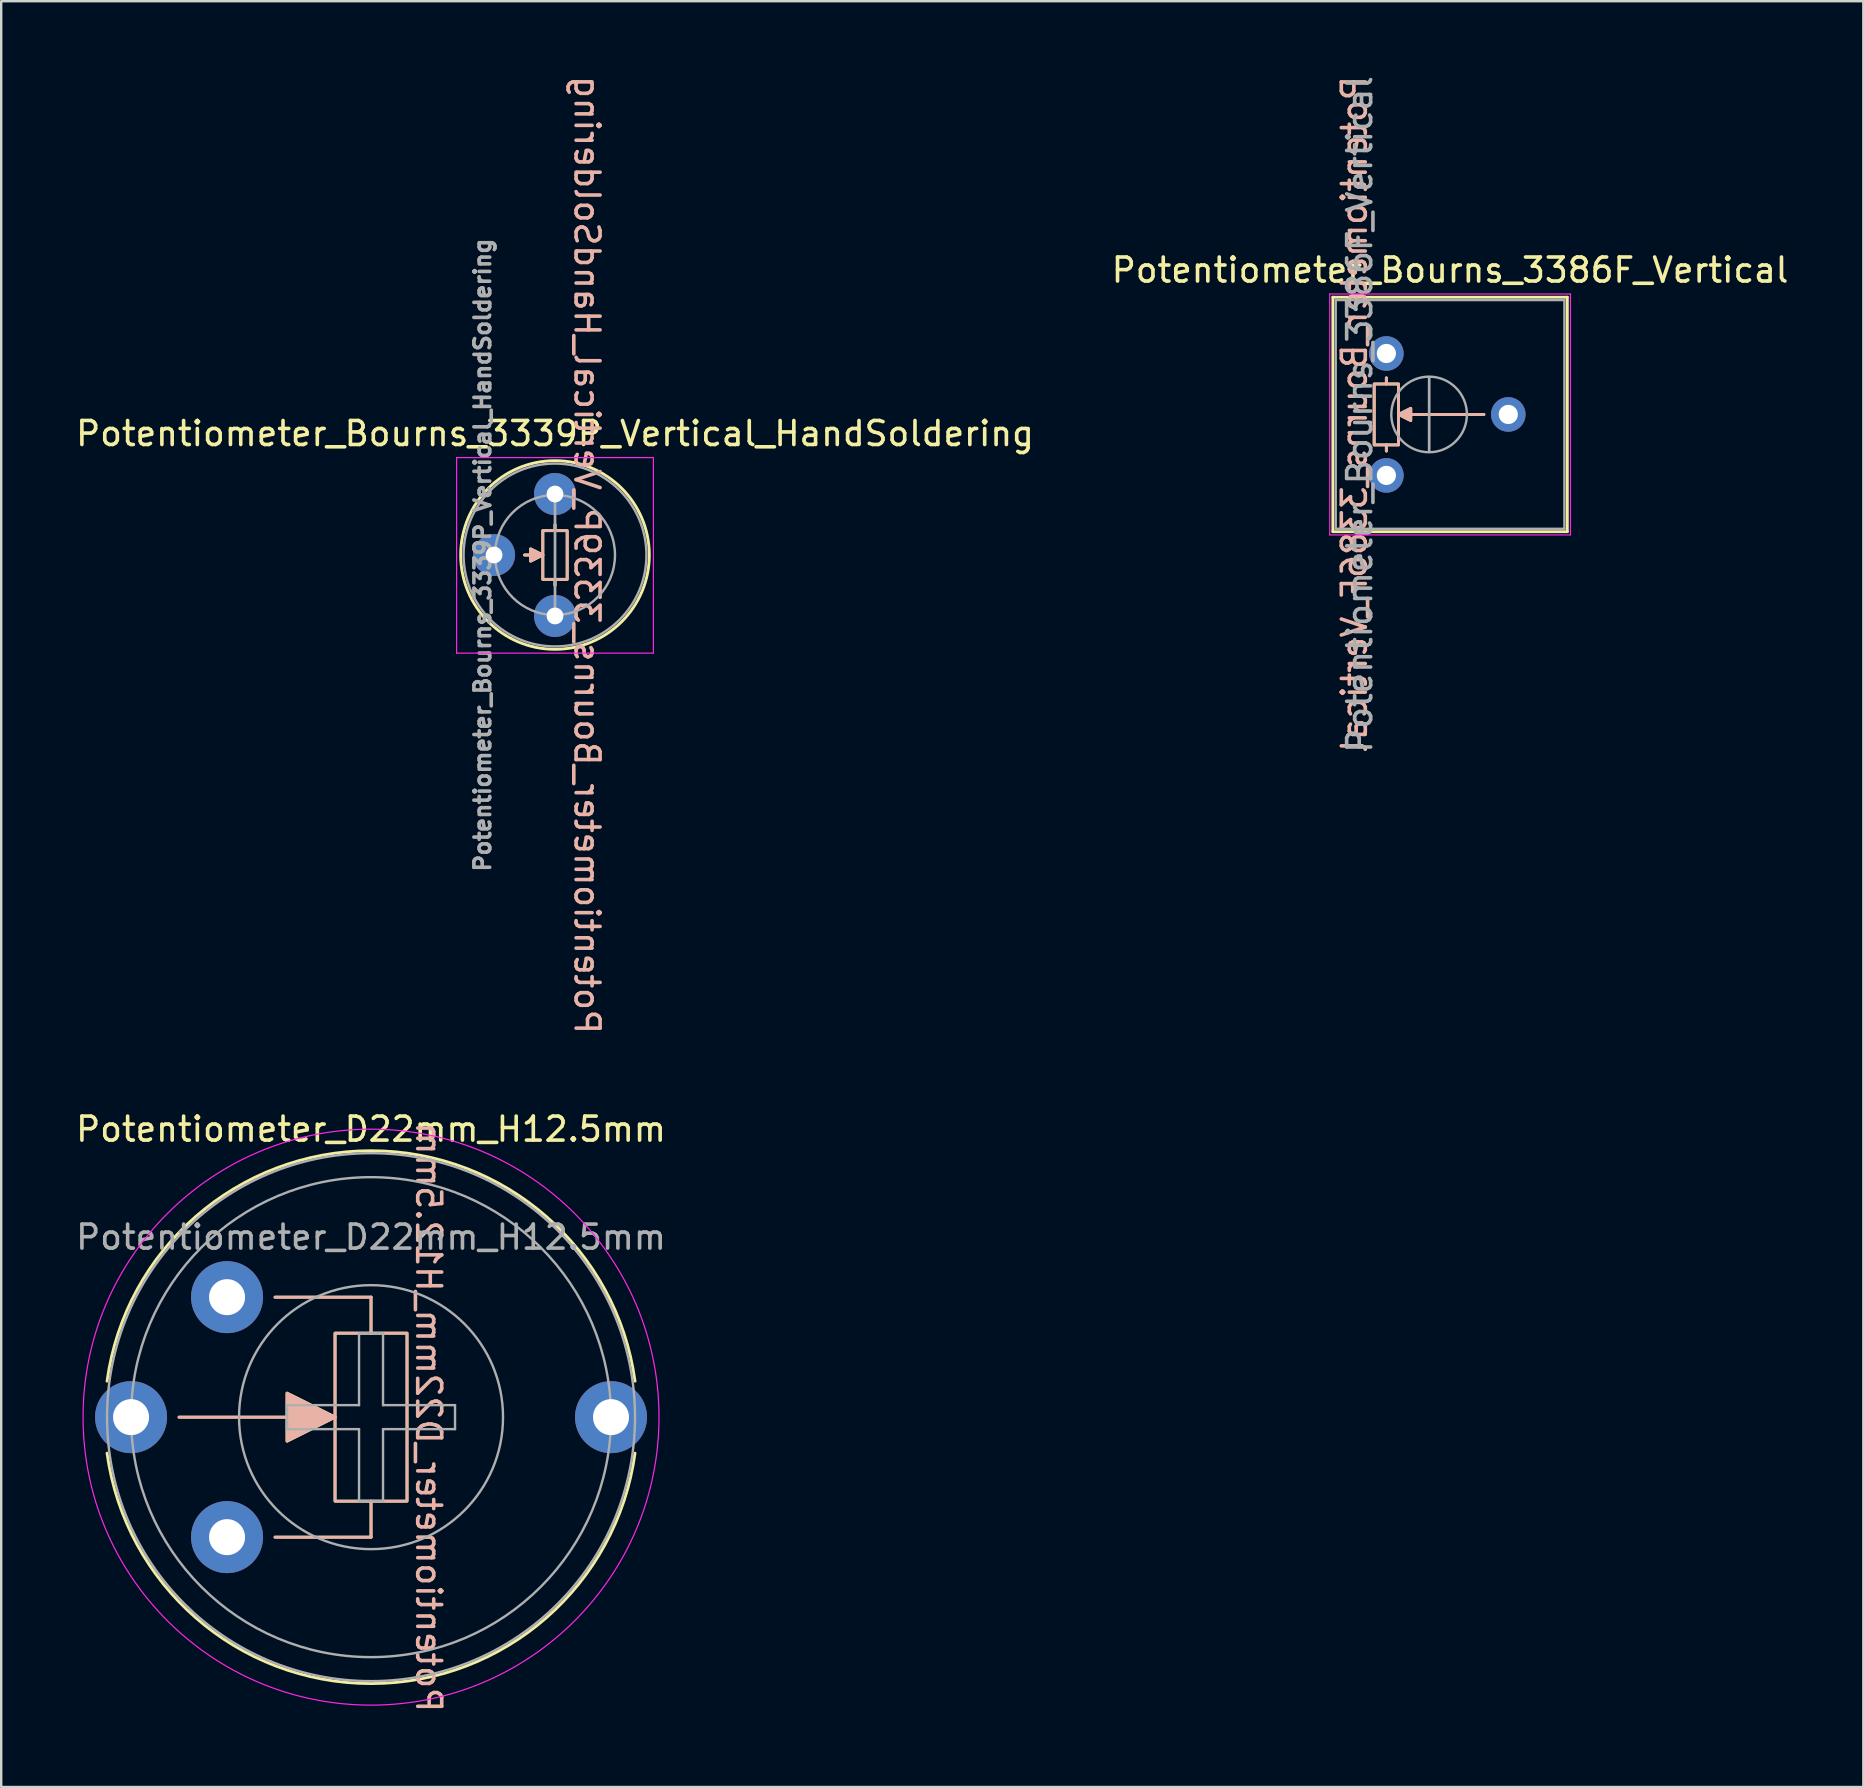
<source format=kicad_pcb>
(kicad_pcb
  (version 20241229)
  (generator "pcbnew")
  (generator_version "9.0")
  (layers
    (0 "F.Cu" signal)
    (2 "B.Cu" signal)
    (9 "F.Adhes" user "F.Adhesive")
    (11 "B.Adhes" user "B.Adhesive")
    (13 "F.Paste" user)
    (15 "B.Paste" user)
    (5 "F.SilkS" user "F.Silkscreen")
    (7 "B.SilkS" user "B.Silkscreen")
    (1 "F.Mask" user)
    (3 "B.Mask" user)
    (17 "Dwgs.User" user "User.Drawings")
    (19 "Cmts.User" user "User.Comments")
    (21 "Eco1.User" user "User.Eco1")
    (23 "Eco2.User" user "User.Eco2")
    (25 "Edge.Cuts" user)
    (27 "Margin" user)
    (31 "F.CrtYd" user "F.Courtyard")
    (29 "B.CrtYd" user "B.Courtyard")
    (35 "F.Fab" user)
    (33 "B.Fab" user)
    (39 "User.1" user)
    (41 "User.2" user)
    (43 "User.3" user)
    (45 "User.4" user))
  (footprint "Potentiometer_D22mm_H12.5mm"
    (layer "F.Cu")
    (at 6.411 51.003)
    (property "Reference" "Potentiometer_D22mm_H12.5mm" (at 6 -7 0) (unlocked yes) (layer "F.SilkS") (effects (font (size 1 1) (thickness 0.15))))
    (attr smd)
    (fp_line (start -2 5) (end 4.5 5) (stroke (width 0.12) (type solid)) (layer "F.SilkS"))
    (fp_line (start 6 0) (end 2 0) (stroke (width 0.12) (type solid)) (layer "F.SilkS"))
    (fp_line (start 6 1.5) (end 6 0) (stroke (width 0.12) (type solid)) (layer "F.SilkS"))
    (fp_line (start 6 8.5) (end 6 10) (stroke (width 0.12) (type solid)) (layer "F.SilkS"))
    (fp_line (start 6 10) (end 2 10) (stroke (width 0.12) (type solid)) (layer "F.SilkS"))
    (fp_rect (start 4.5 1.5) (end 7.5 8.5) (stroke (width 0.12) (type solid)) (fill no) (layer "F.SilkS"))
    (fp_arc (start -4.999999 3.5) (mid 6 -6.101801) (end 16.999999 3.5) (stroke (width 0.12) (type solid)) (layer "F.SilkS"))
    (fp_arc (start 16.999999 6.5) (mid 6 16.101801) (end -4.999999 6.5) (stroke (width 0.12) (type solid)) (layer "F.SilkS"))
    (fp_poly (pts (xy 4.5 5) (xy 2.5 6) (xy 2.5 4)) (stroke (width 0.12) (type solid)) (fill yes) (layer "F.SilkS"))
    (fp_line (start -2 5) (end 4.5 5) (stroke (width 0.12) (type solid)) (layer "B.SilkS"))
    (fp_line (start 2 10) (end 6 10) (stroke (width 0.12) (type solid)) (layer "B.SilkS"))
    (fp_line (start 6 0) (end 2 0) (stroke (width 0.12) (type solid)) (layer "B.SilkS"))
    (fp_line (start 6 1.5) (end 6 0) (stroke (width 0.12) (type solid)) (layer "B.SilkS"))
    (fp_line (start 6 10) (end 6 8.5) (stroke (width 0.12) (type solid)) (layer "B.SilkS"))
    (fp_rect (start 4.5 1.5) (end 7.5 8.5) (stroke (width 0.12) (type solid)) (fill no) (layer "B.SilkS"))
    (fp_poly (pts (xy 4.5 5) (xy 2.5 6) (xy 2.5 4)) (stroke (width 0.12) (type solid)) (fill yes) (layer "B.SilkS"))
    (fp_circle (center 6 5) (end 18 5) (stroke (width 0.05) (type solid)) (fill no) (layer "F.CrtYd"))
    (fp_line (start 2.5 4.5) (end 2.5 5.5) (stroke (width 0.1) (type solid)) (layer "F.Fab"))
    (fp_line (start 2.5 5.5) (end 5.5 5.5) (stroke (width 0.1) (type solid)) (layer "F.Fab"))
    (fp_line (start 5.5 1.5) (end 5.5 4.5) (stroke (width 0.1) (type solid)) (layer "F.Fab"))
    (fp_line (start 5.5 4.5) (end 2.5 4.5) (stroke (width 0.1) (type solid)) (layer "F.Fab"))
    (fp_line (start 5.5 5.5) (end 5.5 8.5) (stroke (width 0.1) (type solid)) (layer "F.Fab"))
    (fp_line (start 5.5 8.5) (end 6.5 8.5) (stroke (width 0.1) (type solid)) (layer "F.Fab"))
    (fp_line (start 6.5 1.5) (end 5.5 1.5) (stroke (width 0.1) (type solid)) (layer "F.Fab"))
    (fp_line (start 6.5 4.5) (end 6.5 1.5) (stroke (width 0.1) (type solid)) (layer "F.Fab"))
    (fp_line (start 6.5 5.5) (end 9.5 5.5) (stroke (width 0.1) (type solid)) (layer "F.Fab"))
    (fp_line (start 6.5 8.5) (end 6.5 5.5) (stroke (width 0.1) (type solid)) (layer "F.Fab"))
    (fp_line (start 9.5 4.5) (end 6.5 4.5) (stroke (width 0.1) (type solid)) (layer "F.Fab"))
    (fp_line (start 9.5 5.5) (end 9.5 4.5) (stroke (width 0.1) (type solid)) (layer "F.Fab"))
    (fp_circle (center 6 5) (end 11.5 5) (stroke (width 0.1) (type solid)) (fill no) (layer "F.Fab"))
    (fp_circle (center 6 5) (end 16 5) (stroke (width 0.1) (type solid)) (fill no) (layer "F.Fab"))
    (fp_circle (center 6 5) (end 17 5) (stroke (width 0.1) (type solid)) (fill no) (layer "F.Fab"))
    (fp_text user "${REFERENCE}" (at 8.4 5 270) (unlocked yes) (layer "B.SilkS") (effects (font (size 1 1) (thickness 0.15)) (justify mirror)))
    (fp_text user "${REFERENCE}" (at 6 -2.5 0) (unlocked yes) (layer "F.Fab") (effects (font (size 1 1) (thickness 0.15))))
    (pad "" thru_hole circle (at 16 5) (size 3 3) (drill 1.5) (layers "*.Cu" "*.Mask"))
    (pad "1" thru_hole circle (at 0 0) (size 3 3) (drill 1.5) (layers "*.Cu" "*.Mask"))
    (pad "2" thru_hole circle (at -4 5) (size 3 3) (drill 1.5) (layers "*.Cu" "*.Mask"))
    (pad "3" thru_hole circle (at 0 10) (size 3 3) (drill 1.5) (layers "*.Cu" "*.Mask")))
  (footprint "Potentiometer_Bourns_3339P_Vertical_HandSoldering"
    (layer "F.Cu")
    (at 20.077 22.617)
    (property "Reference" "Potentiometer_Bourns_3339P_Vertical_HandSoldering" (at 0 -7.6 0) (layer "F.SilkS") (effects (font (size 1 1) (thickness 0.15))))
    (attr through_hole)
    (fp_line (start -1.27 -2.54) (end -0.508 -2.54) (stroke (width 0.12) (type solid)) (layer "F.SilkS"))
    (fp_line (start 0 -3.556) (end 0 -3.81) (stroke (width 0.12) (type solid)) (layer "F.SilkS"))
    (fp_line (start 0 -1.524) (end 0 -1.27) (stroke (width 0.12) (type solid)) (layer "F.SilkS"))
    (fp_rect (start -0.508 -3.556) (end 0.508 -1.524) (stroke (width 0.12) (type solid)) (fill no) (layer "F.SilkS"))
    (fp_circle (center 0 -2.54) (end 3.93 -2.54) (stroke (width 0.12) (type solid)) (fill no) (layer "F.SilkS"))
    (fp_poly (pts (xy -0.508 -2.54) (xy -1.016 -2.286) (xy -1.016 -2.794)) (stroke (width 0.12) (type solid)) (fill yes) (layer "F.SilkS"))
    (fp_line (start -1.27 -2.54) (end -0.508 -2.54) (stroke (width 0.12) (type solid)) (layer "B.SilkS"))
    (fp_line (start 0 -3.556) (end 0 -3.81) (stroke (width 0.12) (type solid)) (layer "B.SilkS"))
    (fp_line (start 0 -1.524) (end 0 -1.27) (stroke (width 0.12) (type solid)) (layer "B.SilkS"))
    (fp_rect (start -0.508 -1.524) (end 0.508 -3.556) (stroke (width 0.12) (type solid)) (fill no) (layer "B.SilkS"))
    (fp_poly (pts (xy -1.016 -2.286) (xy -1.016 -2.794) (xy -0.508 -2.54)) (stroke (width 0.12) (type solid)) (fill yes) (layer "B.SilkS"))
    (fp_line (start -4.1 -6.6) (end -4.1 1.55) (stroke (width 0.05) (type solid)) (layer "F.CrtYd"))
    (fp_line (start -4.1 1.55) (end 4.1 1.55) (stroke (width 0.05) (type solid)) (layer "F.CrtYd"))
    (fp_line (start 4.1 -6.6) (end -4.1 -6.6) (stroke (width 0.05) (type solid)) (layer "F.CrtYd"))
    (fp_line (start 4.1 1.55) (end 4.1 -6.6) (stroke (width 0.05) (type solid)) (layer "F.CrtYd"))
    (fp_line (start 0 -0.064) (end 0.001 -5.014) (stroke (width 0.1) (type solid)) (layer "F.Fab"))
    (fp_line (start 0 -0.064) (end 0.001 -5.014) (stroke (width 0.1) (type solid)) (layer "F.Fab"))
    (fp_circle (center 0 -2.54) (end 2.5 -2.54) (stroke (width 0.1) (type solid)) (fill no) (layer "F.Fab"))
    (fp_circle (center 0 -2.54) (end 3.81 -2.54) (stroke (width 0.1) (type solid)) (fill no) (layer "F.Fab"))
    (fp_text user "${REFERENCE}" (at 1.333 -2.54 270) (unlocked yes) (layer "B.SilkS") (effects (font (size 1 1) (thickness 0.15)) (justify mirror)))
    (fp_text user "${REFERENCE}" (at -3.018 -2.54 90) (layer "F.Fab") (effects (font (size 0.66 0.66) (thickness 0.15))))
    (pad "1" thru_hole circle (at 0 0) (size 1.75 1.75) (drill 0.7) (layers "*.Cu" "*.Mask"))
    (pad "2" thru_hole circle (at -2.54 -2.54) (size 1.75 1.75) (drill 0.7) (layers "*.Cu" "*.Mask"))
    (pad "3" thru_hole circle (at 0 -5.08) (size 1.75 1.75) (drill 0.7) (layers "*.Cu" "*.Mask")))
  (footprint "Potentiometer_Bourns_3386F_Vertical"
    (layer "F.Cu")
    (at 54.72 16.76)
    (property "Reference" "Potentiometer_Bourns_3386F_Vertical" (at 2.655 -8.555 0) (layer "F.SilkS") (effects (font (size 1 1) (thickness 0.15))))
    (attr through_hole)
    (fp_line (start -2.23 -7.425) (end -2.23 2.345) (stroke (width 0.12) (type solid)) (layer "F.SilkS"))
    (fp_line (start -2.23 -7.425) (end 7.54 -7.425) (stroke (width 0.12) (type solid)) (layer "F.SilkS"))
    (fp_line (start -2.23 2.345) (end 7.54 2.345) (stroke (width 0.12) (type solid)) (layer "F.SilkS"))
    (fp_line (start 0 -3.81) (end 0 -4.064) (stroke (width 0.12) (type solid)) (layer "F.SilkS"))
    (fp_line (start 0 -1.27) (end 0 -1.016) (stroke (width 0.12) (type solid)) (layer "F.SilkS"))
    (fp_line (start 4.064 -2.54) (end 0.508 -2.54) (stroke (width 0.12) (type solid)) (layer "F.SilkS"))
    (fp_line (start 7.54 -7.425) (end 7.54 2.345) (stroke (width 0.12) (type solid)) (layer "F.SilkS"))
    (fp_rect (start 0.508 -1.27) (end -0.508 -3.81) (stroke (width 0.12) (type solid)) (fill no) (layer "F.SilkS"))
    (fp_poly (pts (xy 0.508 -2.54) (xy 1.016 -2.794) (xy 1.016 -2.286)) (stroke (width 0.12) (type solid)) (fill yes) (layer "F.SilkS"))
    (fp_line (start 0 -3.81) (end 0 -4.064) (stroke (width 0.12) (type solid)) (layer "B.SilkS"))
    (fp_line (start 0 -1.016) (end 0 -1.27) (stroke (width 0.12) (type solid)) (layer "B.SilkS"))
    (fp_line (start 4.064 -2.54) (end 0.508 -2.54) (stroke (width 0.12) (type solid)) (layer "B.SilkS"))
    (fp_rect (start -0.508 -1.27) (end 0.508 -3.81) (stroke (width 0.12) (type solid)) (fill no) (layer "B.SilkS"))
    (fp_poly (pts (xy 1.016 -2.794) (xy 1.016 -2.286) (xy 0.508 -2.54)) (stroke (width 0.12) (type solid)) (fill yes) (layer "B.SilkS"))
    (fp_line (start -2.36 -7.56) (end -2.36 2.48) (stroke (width 0.05) (type solid)) (layer "F.CrtYd"))
    (fp_line (start -2.36 2.48) (end 7.67 2.48) (stroke (width 0.05) (type solid)) (layer "F.CrtYd"))
    (fp_line (start 7.67 -7.56) (end -2.36 -7.56) (stroke (width 0.05) (type solid)) (layer "F.CrtYd"))
    (fp_line (start 7.67 2.48) (end 7.67 -7.56) (stroke (width 0.05) (type solid)) (layer "F.CrtYd"))
    (fp_line (start -2.11 -7.305) (end -2.11 2.225) (stroke (width 0.1) (type solid)) (layer "F.Fab"))
    (fp_line (start -2.11 2.225) (end 7.42 2.225) (stroke (width 0.1) (type solid)) (layer "F.Fab"))
    (fp_line (start 1.781 -0.98) (end 1.781 -4.099) (stroke (width 0.1) (type solid)) (layer "F.Fab"))
    (fp_line (start 1.781 -0.98) (end 1.781 -4.099) (stroke (width 0.1) (type solid)) (layer "F.Fab"))
    (fp_line (start 7.42 -7.305) (end -2.11 -7.305) (stroke (width 0.1) (type solid)) (layer "F.Fab"))
    (fp_line (start 7.42 2.225) (end 7.42 -7.305) (stroke (width 0.1) (type solid)) (layer "F.Fab"))
    (fp_circle (center 1.781 -2.54) (end 3.356 -2.54) (stroke (width 0.1) (type solid)) (fill no) (layer "F.Fab"))
    (fp_text user "${REFERENCE}" (at -1.333 -2.54 90) (unlocked yes) (layer "B.SilkS") (effects (font (size 1 1) (thickness 0.15)) (justify mirror)))
    (fp_text user "${REFERENCE}" (at -1.11 -2.54 90) (layer "F.Fab") (effects (font (size 1 1) (thickness 0.15))))
    (pad "1" thru_hole circle (at 0 0) (size 1.44 1.44) (drill 0.8) (layers "*.Cu" "*.Mask"))
    (pad "2" thru_hole circle (at 5.08 -2.54) (size 1.44 1.44) (drill 0.8) (layers "*.Cu" "*.Mask"))
    (pad "3" thru_hole circle (at 0 -5.08) (size 1.44 1.44) (drill 0.8) (layers "*.Cu" "*.Mask")))
  (gr_rect
    (start -3 -3)
    (end 74.595 71.414)
    (stroke (width 0.1) (type default))
    (fill no)
    (layer "Edge.Cuts")))
</source>
